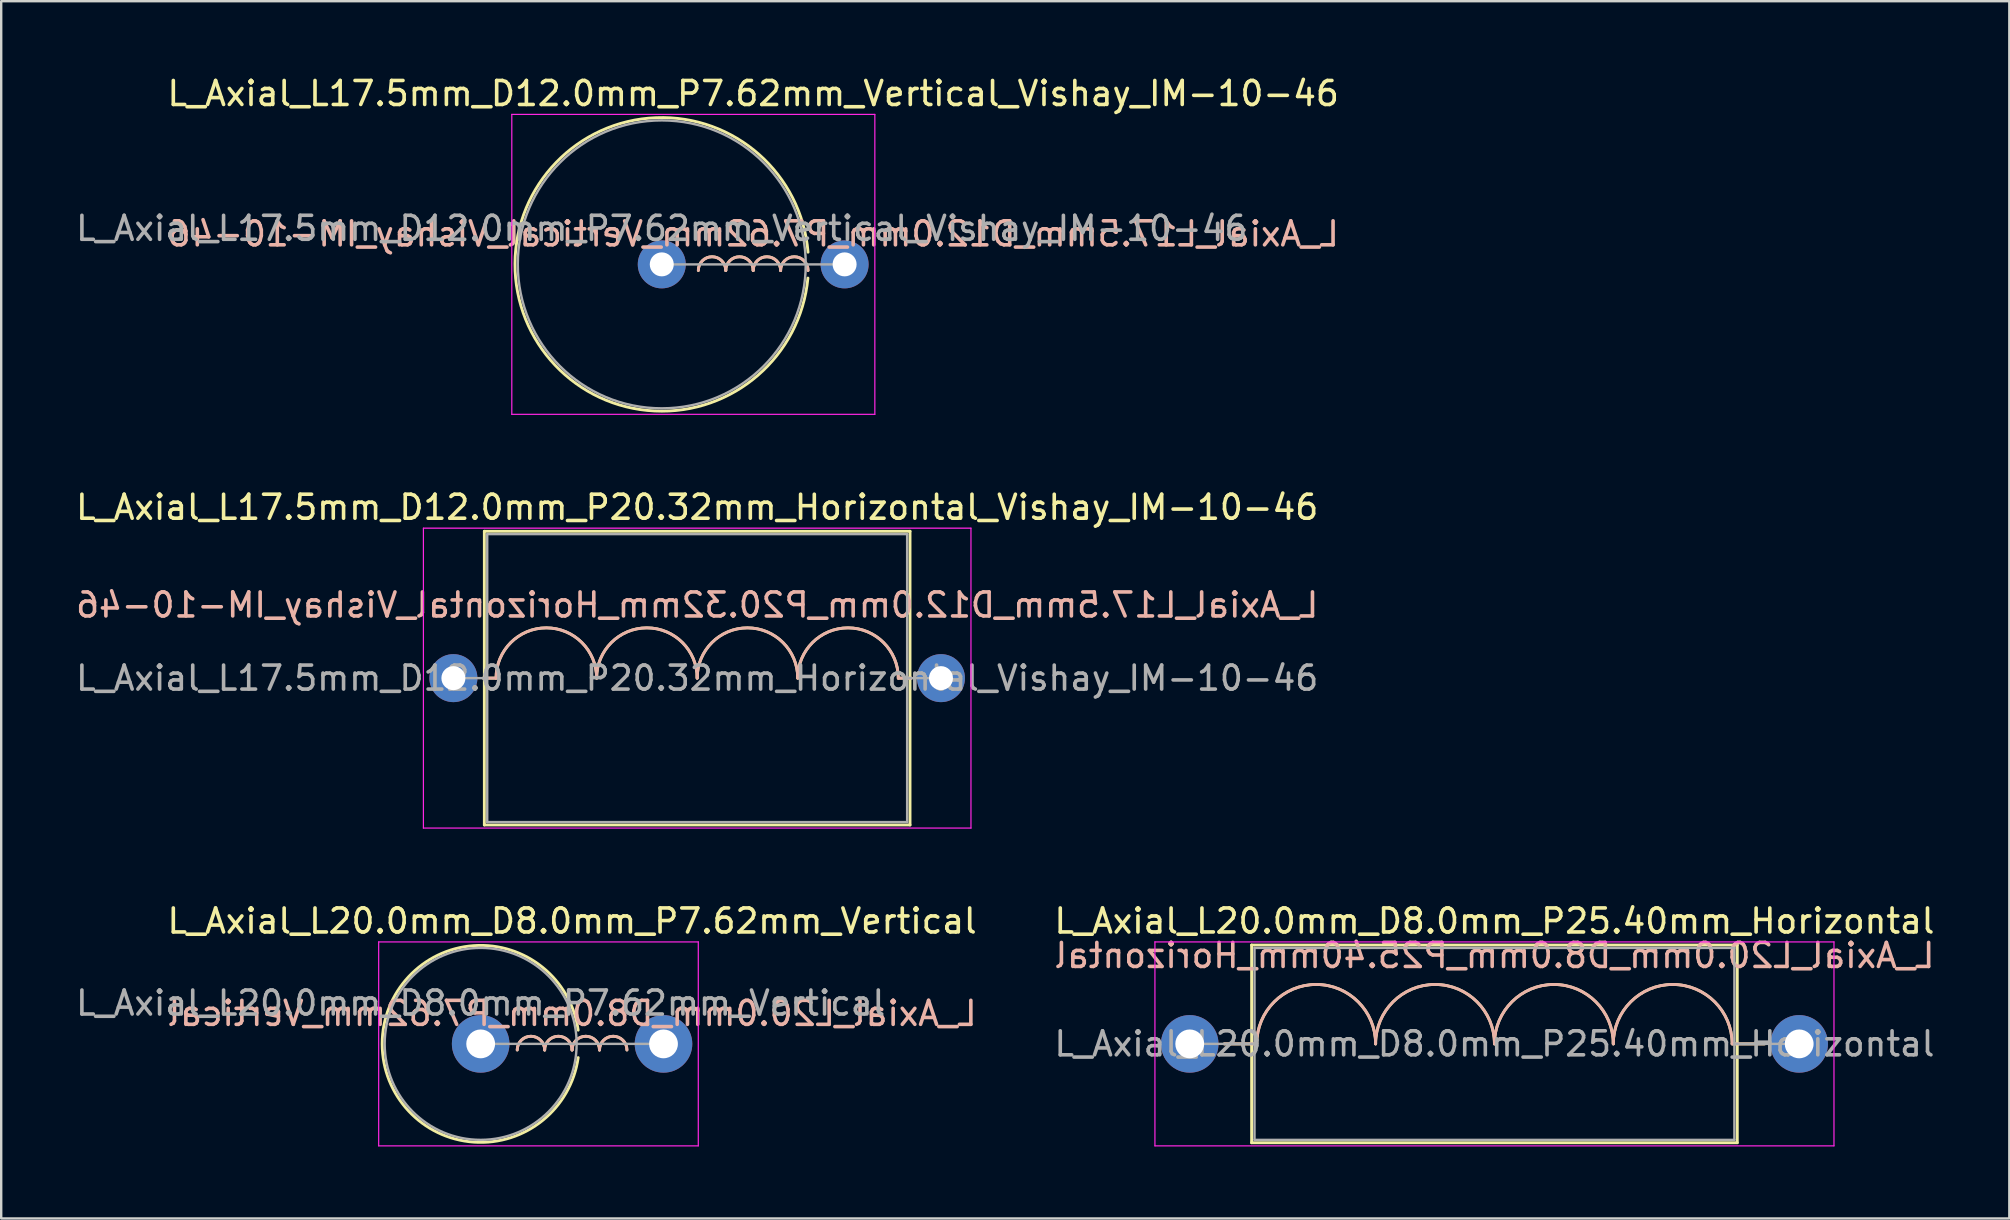
<source format=kicad_pcb>
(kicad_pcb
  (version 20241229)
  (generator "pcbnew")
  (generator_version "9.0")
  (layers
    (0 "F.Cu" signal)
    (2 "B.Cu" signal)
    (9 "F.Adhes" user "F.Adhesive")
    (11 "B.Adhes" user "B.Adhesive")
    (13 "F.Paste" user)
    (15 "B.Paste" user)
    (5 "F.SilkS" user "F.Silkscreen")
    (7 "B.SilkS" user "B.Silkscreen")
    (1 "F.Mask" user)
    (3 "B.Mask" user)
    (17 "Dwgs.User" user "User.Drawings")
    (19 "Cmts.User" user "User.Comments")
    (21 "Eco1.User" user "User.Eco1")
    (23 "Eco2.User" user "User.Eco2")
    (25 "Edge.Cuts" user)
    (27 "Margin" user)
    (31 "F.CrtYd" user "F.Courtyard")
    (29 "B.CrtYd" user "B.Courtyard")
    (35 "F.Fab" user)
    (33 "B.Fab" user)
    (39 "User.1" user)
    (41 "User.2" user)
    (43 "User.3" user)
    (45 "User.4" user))
  (footprint "L_Axial_L17.5mm_D12.0mm_P20.32mm_Horizontal_Vishay_IM-10-46"
    (layer "F.Cu")
    (at 15.846 25.212)
    (property "Reference" "L_Axial_L17.5mm_D12.0mm_P20.32mm_Horizontal_Vishay_IM-10-46" (at 10.16 -7.12 0) (layer "F.SilkS") (effects (font (size 1 1) (thickness 0.15))))
    (fp_line (start 1.24 0) (end 1.29 0) (stroke (width 0.12) (type solid)) (layer "F.SilkS"))
    (fp_line (start 1.29 -6.12) (end 1.29 6.12) (stroke (width 0.12) (type solid)) (layer "F.SilkS"))
    (fp_line (start 1.29 6.12) (end 19.03 6.12) (stroke (width 0.12) (type solid)) (layer "F.SilkS"))
    (fp_line (start 1.778 0) (end 1.29 0) (stroke (width 0.12) (type solid)) (layer "F.SilkS"))
    (fp_line (start 18.542 0) (end 19.03 0) (stroke (width 0.12) (type solid)) (layer "F.SilkS"))
    (fp_line (start 19.03 -6.12) (end 1.29 -6.12) (stroke (width 0.12) (type solid)) (layer "F.SilkS"))
    (fp_line (start 19.03 6.12) (end 19.03 -6.12) (stroke (width 0.12) (type solid)) (layer "F.SilkS"))
    (fp_line (start 19.08 0) (end 19.03 0) (stroke (width 0.12) (type solid)) (layer "F.SilkS"))
    (fp_arc (start 1.778 0) (mid 3.8735 -2.0955) (end 5.969 0) (stroke (width 0.12) (type solid)) (layer "F.SilkS"))
    (fp_arc (start 5.969 0) (mid 8.0645 -2.0955) (end 10.16 0) (stroke (width 0.12) (type solid)) (layer "F.SilkS"))
    (fp_arc (start 10.16 0) (mid 12.2555 -2.0955) (end 14.351 0) (stroke (width 0.12) (type solid)) (layer "F.SilkS"))
    (fp_arc (start 14.351 0) (mid 16.4465 -2.0955) (end 18.542 0) (stroke (width 0.12) (type solid)) (layer "F.SilkS"))
    (fp_line (start 1.24 0) (end 1.29 0) (stroke (width 0.12) (type solid)) (layer "B.SilkS"))
    (fp_line (start 1.778 0) (end 1.29 0) (stroke (width 0.12) (type solid)) (layer "B.SilkS"))
    (fp_line (start 18.542 0) (end 19.03 0) (stroke (width 0.12) (type solid)) (layer "B.SilkS"))
    (fp_line (start 19.08 0) (end 19.03 0) (stroke (width 0.12) (type solid)) (layer "B.SilkS"))
    (fp_arc (start 1.778 0) (mid 3.8735 -2.0955) (end 5.969 0) (stroke (width 0.12) (type solid)) (layer "B.SilkS"))
    (fp_arc (start 5.969 0) (mid 8.0645 -2.0955) (end 10.16 0) (stroke (width 0.12) (type solid)) (layer "B.SilkS"))
    (fp_arc (start 10.16 0) (mid 12.2555 -2.0955) (end 14.351 0) (stroke (width 0.12) (type solid)) (layer "B.SilkS"))
    (fp_arc (start 14.351 0) (mid 16.4465 -2.0955) (end 18.542 0) (stroke (width 0.12) (type solid)) (layer "B.SilkS"))
    (fp_line (start -1.25 -6.25) (end -1.25 6.25) (stroke (width 0.05) (type solid)) (layer "F.CrtYd"))
    (fp_line (start -1.25 6.25) (end 21.57 6.25) (stroke (width 0.05) (type solid)) (layer "F.CrtYd"))
    (fp_line (start 21.57 -6.25) (end -1.25 -6.25) (stroke (width 0.05) (type solid)) (layer "F.CrtYd"))
    (fp_line (start 21.57 6.25) (end 21.57 -6.25) (stroke (width 0.05) (type solid)) (layer "F.CrtYd"))
    (fp_line (start 0 0) (end 1.41 0) (stroke (width 0.1) (type solid)) (layer "F.Fab"))
    (fp_line (start 1.41 -6) (end 1.41 6) (stroke (width 0.1) (type solid)) (layer "F.Fab"))
    (fp_line (start 1.41 6) (end 18.91 6) (stroke (width 0.1) (type solid)) (layer "F.Fab"))
    (fp_line (start 18.91 -6) (end 1.41 -6) (stroke (width 0.1) (type solid)) (layer "F.Fab"))
    (fp_line (start 18.91 6) (end 18.91 -6) (stroke (width 0.1) (type solid)) (layer "F.Fab"))
    (fp_line (start 20.32 0) (end 18.91 0) (stroke (width 0.1) (type solid)) (layer "F.Fab"))
    (fp_text user "${REFERENCE}" (at 10.16 -3.048 0) (layer "B.SilkS") (effects (font (size 1 1) (thickness 0.15)) (justify mirror)))
    (fp_text user "${REFERENCE}" (at 10.16 0 0) (layer "F.Fab") (effects (font (size 1 1) (thickness 0.15))))
    (pad "1" thru_hole circle (at 0 0) (size 2 2) (drill 1) (layers "*.Cu" "*.Mask"))
    (pad "2" thru_hole oval (at 20.32 0) (size 2 2) (drill 1) (layers "*.Cu" "*.Mask")))
  (footprint "L_Axial_L17.5mm_D12.0mm_P7.62mm_Vertical_Vishay_IM-10-46"
    (layer "F.Cu")
    (at 24.53 7.968)
    (property "Reference" "L_Axial_L17.5mm_D12.0mm_P7.62mm_Vertical_Vishay_IM-10-46" (at 3.81 -7.12 0) (layer "F.SilkS") (effects (font (size 1 1) (thickness 0.15))))
    (fp_arc (start 1.524 0.254) (mid 2.0955 -0.3175) (end 2.667 0.254) (stroke (width 0.12) (type solid)) (layer "F.SilkS"))
    (fp_arc (start 2.667 0.254) (mid 3.2385 -0.3175) (end 3.81 0.254) (stroke (width 0.12) (type solid)) (layer "F.SilkS"))
    (fp_arc (start 3.81 0.254) (mid 4.3815 -0.3175) (end 4.953 0.254) (stroke (width 0.12) (type solid)) (layer "F.SilkS"))
    (fp_arc (start 4.953 0.254) (mid 5.5245 -0.3175) (end 6.096 0.254) (stroke (width 0.12) (type solid)) (layer "F.SilkS"))
    (fp_arc (start 6.090424 0.570977) (mid -6.117048 -0.031612) (end 6.096 -0.508) (stroke (width 0.12) (type solid)) (layer "F.SilkS"))
    (fp_arc (start 1.524 0.254) (mid 2.0955 -0.3175) (end 2.667 0.254) (stroke (width 0.12) (type solid)) (layer "B.SilkS"))
    (fp_arc (start 2.667 0.254) (mid 3.2385 -0.3175) (end 3.81 0.254) (stroke (width 0.12) (type solid)) (layer "B.SilkS"))
    (fp_arc (start 3.81 0.254) (mid 4.3815 -0.3175) (end 4.953 0.254) (stroke (width 0.12) (type solid)) (layer "B.SilkS"))
    (fp_arc (start 4.953 0.254) (mid 5.5245 -0.3175) (end 6.096 0.254) (stroke (width 0.12) (type solid)) (layer "B.SilkS"))
    (fp_line (start -6.25 -6.25) (end -6.25 6.25) (stroke (width 0.05) (type solid)) (layer "F.CrtYd"))
    (fp_line (start -6.25 6.25) (end 8.88 6.25) (stroke (width 0.05) (type solid)) (layer "F.CrtYd"))
    (fp_line (start 8.88 -6.25) (end -6.25 -6.25) (stroke (width 0.05) (type solid)) (layer "F.CrtYd"))
    (fp_line (start 8.88 6.25) (end 8.88 -6.25) (stroke (width 0.05) (type solid)) (layer "F.CrtYd"))
    (fp_line (start 0 0) (end 7.62 0) (stroke (width 0.1) (type solid)) (layer "F.Fab"))
    (fp_circle (center 0 0) (end 6 0) (stroke (width 0.1) (type solid)) (fill no) (layer "F.Fab"))
    (fp_text user "${REFERENCE}" (at 3.81 -1.27 0) (layer "B.SilkS") (effects (font (size 1 1) (thickness 0.15)) (justify mirror)))
    (fp_text user "${REFERENCE}" (at 0 -1.5 0) (layer "F.Fab") (effects (font (size 1 1) (thickness 0.15))))
    (pad "1" thru_hole circle (at 0 0) (size 2 2) (drill 1) (layers "*.Cu" "*.Mask"))
    (pad "2" thru_hole oval (at 7.62 0) (size 2 2) (drill 1) (layers "*.Cu" "*.Mask")))
  (footprint "L_Axial_L20.0mm_D8.0mm_P7.62mm_Vertical"
    (layer "F.Cu")
    (at 16.982 40.455)
    (property "Reference" "L_Axial_L20.0mm_D8.0mm_P7.62mm_Vertical" (at 3.81 -5.12 0) (layer "F.SilkS") (effects (font (size 1 1) (thickness 0.15))))
    (fp_arc (start 1.524 0.254) (mid 2.0955 -0.3175) (end 2.667 0.254) (stroke (width 0.12) (type solid)) (layer "F.SilkS"))
    (fp_arc (start 2.667 0.254) (mid 3.2385 -0.3175) (end 3.81 0.254) (stroke (width 0.12) (type solid)) (layer "F.SilkS"))
    (fp_arc (start 3.81 0.254) (mid 4.3815 -0.3175) (end 4.953 0.254) (stroke (width 0.12) (type solid)) (layer "F.SilkS"))
    (fp_arc (start 4.064 0.5715) (mid -4.103987 0) (end 4.064 -0.5715) (stroke (width 0.12) (type solid)) (layer "F.SilkS"))
    (fp_arc (start 4.953 0.254) (mid 5.5245 -0.3175) (end 6.096 0.254) (stroke (width 0.12) (type solid)) (layer "F.SilkS"))
    (fp_arc (start 1.524 0.254) (mid 2.0955 -0.3175) (end 2.667 0.254) (stroke (width 0.12) (type solid)) (layer "B.SilkS"))
    (fp_arc (start 2.667 0.254) (mid 3.2385 -0.3175) (end 3.81 0.254) (stroke (width 0.12) (type solid)) (layer "B.SilkS"))
    (fp_arc (start 3.81 0.254) (mid 4.3815 -0.3175) (end 4.953 0.254) (stroke (width 0.12) (type solid)) (layer "B.SilkS"))
    (fp_arc (start 4.953 0.254) (mid 5.5245 -0.3175) (end 6.096 0.254) (stroke (width 0.12) (type solid)) (layer "B.SilkS"))
    (fp_line (start -4.25 -4.25) (end -4.25 4.25) (stroke (width 0.05) (type solid)) (layer "F.CrtYd"))
    (fp_line (start -4.25 4.25) (end 9.07 4.25) (stroke (width 0.05) (type solid)) (layer "F.CrtYd"))
    (fp_line (start 9.07 -4.25) (end -4.25 -4.25) (stroke (width 0.05) (type solid)) (layer "F.CrtYd"))
    (fp_line (start 9.07 4.25) (end 9.07 -4.25) (stroke (width 0.05) (type solid)) (layer "F.CrtYd"))
    (fp_line (start 0 0) (end 7.62 0) (stroke (width 0.1) (type solid)) (layer "F.Fab"))
    (fp_circle (center 0 0) (end 4 0) (stroke (width 0.1) (type solid)) (fill no) (layer "F.Fab"))
    (fp_text user "${REFERENCE}" (at 3.81 -1.27 0) (layer "B.SilkS") (effects (font (size 1 1) (thickness 0.15)) (justify mirror)))
    (fp_text user "${REFERENCE}" (at 0 -1.7 0) (layer "F.Fab") (effects (font (size 1 1) (thickness 0.15))))
    (pad "1" thru_hole circle (at 0 0) (size 2.4 2.4) (drill 1.2) (layers "*.Cu" "*.Mask"))
    (pad "2" thru_hole oval (at 7.62 0) (size 2.4 2.4) (drill 1.2) (layers "*.Cu" "*.Mask")))
  (footprint "L_Axial_L20.0mm_D8.0mm_P25.40mm_Horizontal"
    (layer "F.Cu")
    (at 46.533 40.455)
    (property "Reference" "L_Axial_L20.0mm_D8.0mm_P25.40mm_Horizontal" (at 12.7 -5.12 0) (layer "F.SilkS") (effects (font (size 1 1) (thickness 0.15))))
    (fp_line (start 1.44 0) (end 2.58 0) (stroke (width 0.12) (type solid)) (layer "F.SilkS"))
    (fp_line (start 2.58 -4.12) (end 2.58 4.12) (stroke (width 0.12) (type solid)) (layer "F.SilkS"))
    (fp_line (start 2.58 4.12) (end 22.82 4.12) (stroke (width 0.12) (type solid)) (layer "F.SilkS"))
    (fp_line (start 2.794 0) (end 2.54 0) (stroke (width 0.12) (type solid)) (layer "F.SilkS"))
    (fp_line (start 22.606 0) (end 22.82 0) (stroke (width 0.12) (type solid)) (layer "F.SilkS"))
    (fp_line (start 22.82 -4.12) (end 2.58 -4.12) (stroke (width 0.12) (type solid)) (layer "F.SilkS"))
    (fp_line (start 22.82 4.12) (end 22.82 -4.12) (stroke (width 0.12) (type solid)) (layer "F.SilkS"))
    (fp_line (start 23.96 0) (end 22.82 0) (stroke (width 0.12) (type solid)) (layer "F.SilkS"))
    (fp_arc (start 2.794 0) (mid 5.2705 -2.4765) (end 7.747 0) (stroke (width 0.12) (type solid)) (layer "F.SilkS"))
    (fp_arc (start 7.747 0) (mid 10.2235 -2.4765) (end 12.7 0) (stroke (width 0.12) (type solid)) (layer "F.SilkS"))
    (fp_arc (start 12.7 0) (mid 15.1765 -2.4765) (end 17.653 0) (stroke (width 0.12) (type solid)) (layer "F.SilkS"))
    (fp_arc (start 17.653 0) (mid 20.1295 -2.4765) (end 22.606 0) (stroke (width 0.12) (type solid)) (layer "F.SilkS"))
    (fp_line (start 1.44 0) (end 2.58 0) (stroke (width 0.12) (type solid)) (layer "B.SilkS"))
    (fp_line (start 2.794 0) (end 2.58 0) (stroke (width 0.12) (type solid)) (layer "B.SilkS"))
    (fp_line (start 22.606 0) (end 22.86 0) (stroke (width 0.12) (type solid)) (layer "B.SilkS"))
    (fp_line (start 23.96 0) (end 22.82 0) (stroke (width 0.12) (type solid)) (layer "B.SilkS"))
    (fp_arc (start 2.794 0) (mid 5.2705 -2.4765) (end 7.747 0) (stroke (width 0.12) (type solid)) (layer "B.SilkS"))
    (fp_arc (start 7.747 0) (mid 10.2235 -2.4765) (end 12.7 0) (stroke (width 0.12) (type solid)) (layer "B.SilkS"))
    (fp_arc (start 12.7 0) (mid 15.1765 -2.4765) (end 17.653 0) (stroke (width 0.12) (type solid)) (layer "B.SilkS"))
    (fp_arc (start 17.653 0) (mid 20.1295 -2.4765) (end 22.606 0) (stroke (width 0.12) (type solid)) (layer "B.SilkS"))
    (fp_line (start -1.45 -4.25) (end -1.45 4.25) (stroke (width 0.05) (type solid)) (layer "F.CrtYd"))
    (fp_line (start -1.45 4.25) (end 26.85 4.25) (stroke (width 0.05) (type solid)) (layer "F.CrtYd"))
    (fp_line (start 26.85 -4.25) (end -1.45 -4.25) (stroke (width 0.05) (type solid)) (layer "F.CrtYd"))
    (fp_line (start 26.85 4.25) (end 26.85 -4.25) (stroke (width 0.05) (type solid)) (layer "F.CrtYd"))
    (fp_line (start 0 0) (end 2.7 0) (stroke (width 0.1) (type solid)) (layer "F.Fab"))
    (fp_line (start 2.7 -4) (end 2.7 4) (stroke (width 0.1) (type solid)) (layer "F.Fab"))
    (fp_line (start 2.7 4) (end 22.7 4) (stroke (width 0.1) (type solid)) (layer "F.Fab"))
    (fp_line (start 22.7 -4) (end 2.7 -4) (stroke (width 0.1) (type solid)) (layer "F.Fab"))
    (fp_line (start 22.7 4) (end 22.7 -4) (stroke (width 0.1) (type solid)) (layer "F.Fab"))
    (fp_line (start 25.4 0) (end 22.7 0) (stroke (width 0.1) (type solid)) (layer "F.Fab"))
    (fp_text user "${REFERENCE}" (at 12.7 -3.683 0) (layer "B.SilkS") (effects (font (size 1 1) (thickness 0.15)) (justify mirror)))
    (fp_text user "${REFERENCE}" (at 12.7 0 0) (layer "F.Fab") (effects (font (size 1 1) (thickness 0.15))))
    (pad "1" thru_hole circle (at 0 0) (size 2.4 2.4) (drill 1.2) (layers "*.Cu" "*.Mask"))
    (pad "2" thru_hole oval (at 25.4 0) (size 2.4 2.4) (drill 1.2) (layers "*.Cu" "*.Mask")))
  (gr_rect
    (start -3 -3)
    (end 80.691 47.73)
    (stroke (width 0.1) (type default))
    (fill no)
    (layer "Edge.Cuts")))
</source>
